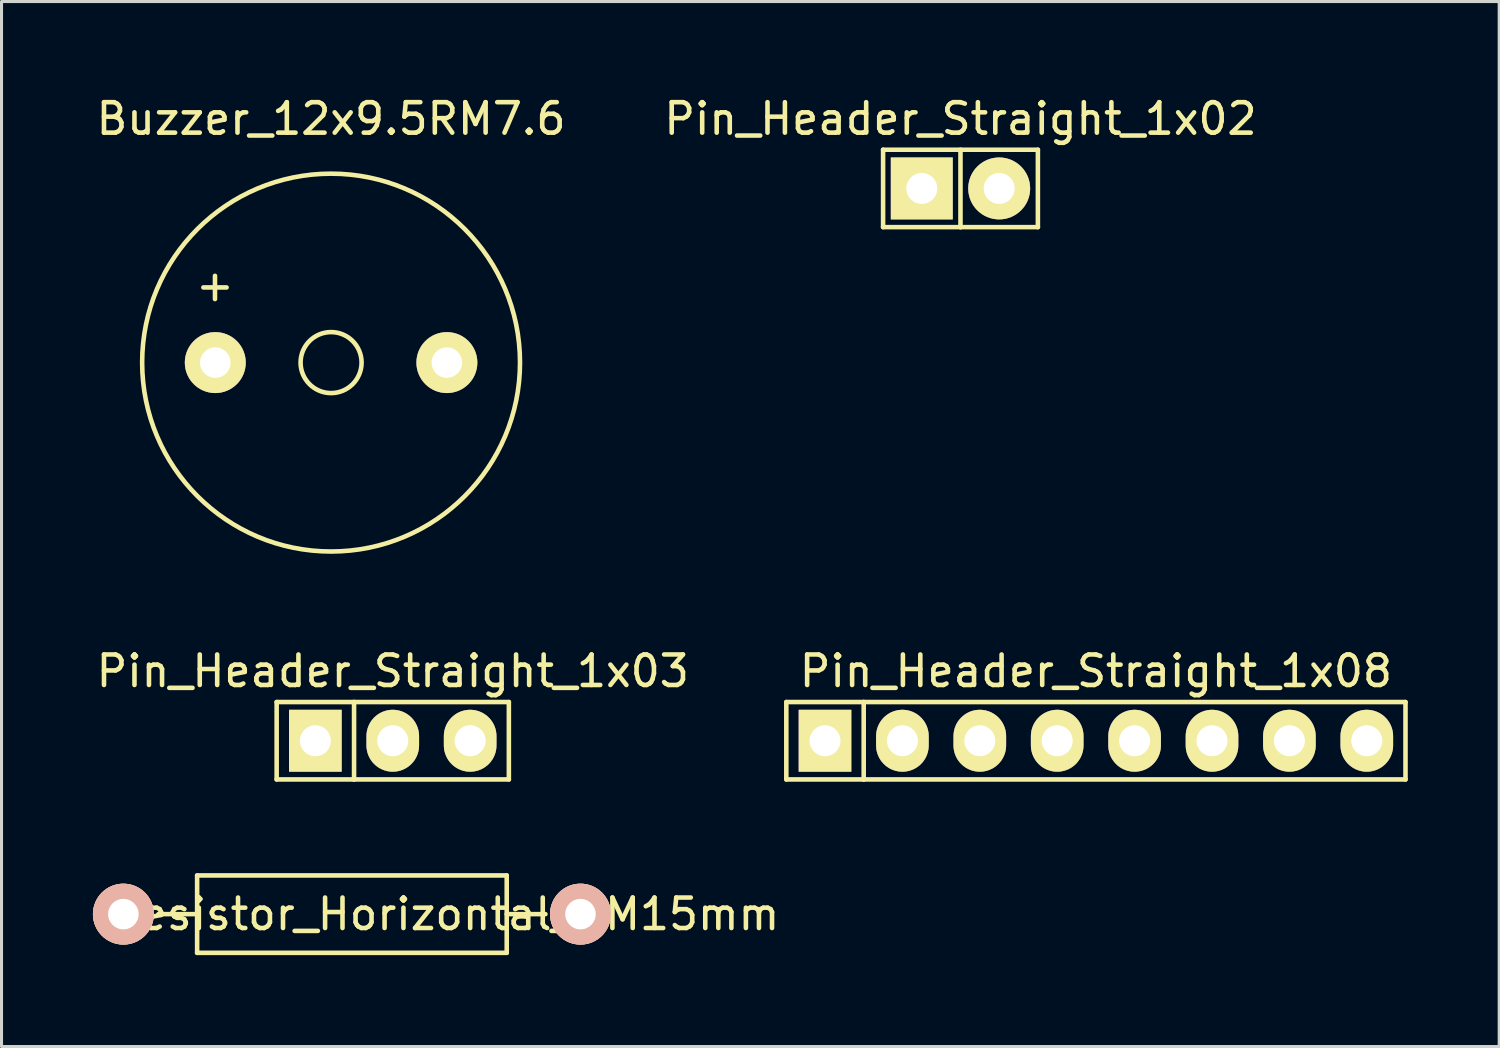
<source format=kicad_pcb>
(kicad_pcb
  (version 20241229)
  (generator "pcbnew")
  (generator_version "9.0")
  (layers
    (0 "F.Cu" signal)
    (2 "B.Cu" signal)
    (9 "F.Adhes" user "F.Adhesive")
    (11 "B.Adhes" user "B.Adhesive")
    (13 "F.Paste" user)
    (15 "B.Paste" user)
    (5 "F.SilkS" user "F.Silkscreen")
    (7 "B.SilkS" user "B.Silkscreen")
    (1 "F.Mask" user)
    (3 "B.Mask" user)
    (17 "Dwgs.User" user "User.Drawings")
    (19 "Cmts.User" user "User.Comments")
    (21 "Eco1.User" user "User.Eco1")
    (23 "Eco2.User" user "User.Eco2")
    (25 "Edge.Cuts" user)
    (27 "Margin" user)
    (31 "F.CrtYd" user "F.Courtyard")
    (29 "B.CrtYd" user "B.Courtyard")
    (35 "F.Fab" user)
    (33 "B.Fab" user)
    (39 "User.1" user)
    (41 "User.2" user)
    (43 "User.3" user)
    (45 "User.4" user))
  (footprint "Pin_Header_Straight_1x02"
    (layer "F.Cu")
    (at 28.47 3.134)
    (property "Reference" "Pin_Header_Straight_1x02" (at 0 -2.286 0) (layer "F.SilkS") (effects (font (size 1 1) (thickness 0.15))))
    (attr through_hole)
    (fp_line (start -2.54 -1.27) (end -2.54 1.27) (stroke (width 0.15) (type solid)) (layer "F.SilkS"))
    (fp_line (start -2.54 1.27) (end 0 1.27) (stroke (width 0.15) (type solid)) (layer "F.SilkS"))
    (fp_line (start 0 -1.27) (end 0 1.27) (stroke (width 0.15) (type solid)) (layer "F.SilkS"))
    (fp_line (start 0 1.27) (end 2.54 1.27) (stroke (width 0.15) (type solid)) (layer "F.SilkS"))
    (fp_line (start 2.54 -1.27) (end -2.54 -1.27) (stroke (width 0.15) (type solid)) (layer "F.SilkS"))
    (fp_line (start 2.54 1.27) (end 2.54 -1.27) (stroke (width 0.15) (type solid)) (layer "F.SilkS"))
    (pad "1" thru_hole rect (at -1.27 0) (size 2.032 2.032) (drill 1.016) (layers "*.Cu" "*.Mask" "F.SilkS"))
    (pad "2" thru_hole oval (at 1.27 0) (size 2.032 2.032) (drill 1.016) (layers "*.Cu" "*.Mask" "F.SilkS")))
  (footprint "Pin_Header_Straight_1x08"
    (layer "F.Cu")
    (at 32.914 21.259)
    (property "Reference" "Pin_Header_Straight_1x08" (at 0 -2.286 0) (layer "F.SilkS") (effects (font (size 1 1) (thickness 0.15))))
    (attr through_hole)
    (fp_line (start -10.16 -1.27) (end -10.16 1.27) (stroke (width 0.15) (type solid)) (layer "F.SilkS"))
    (fp_line (start -10.16 -1.27) (end -7.62 -1.27) (stroke (width 0.15) (type solid)) (layer "F.SilkS"))
    (fp_line (start -10.16 1.27) (end -7.62 1.27) (stroke (width 0.15) (type solid)) (layer "F.SilkS"))
    (fp_line (start -7.62 -1.27) (end -7.62 1.27) (stroke (width 0.15) (type solid)) (layer "F.SilkS"))
    (fp_line (start -7.62 -1.27) (end 10.16 -1.27) (stroke (width 0.15) (type solid)) (layer "F.SilkS"))
    (fp_line (start 10.16 -1.27) (end 10.16 1.27) (stroke (width 0.15) (type solid)) (layer "F.SilkS"))
    (fp_line (start 10.16 1.27) (end -7.62 1.27) (stroke (width 0.15) (type solid)) (layer "F.SilkS"))
    (pad "1" thru_hole rect (at -8.89 0) (size 1.727 2.032) (drill 1.016) (layers "*.Cu" "*.Mask" "F.SilkS"))
    (pad "2" thru_hole oval (at -6.35 0) (size 1.727 2.032) (drill 1.016) (layers "*.Cu" "*.Mask" "F.SilkS"))
    (pad "3" thru_hole oval (at -3.81 0) (size 1.727 2.032) (drill 1.016) (layers "*.Cu" "*.Mask" "F.SilkS"))
    (pad "4" thru_hole oval (at -1.27 0) (size 1.727 2.032) (drill 1.016) (layers "*.Cu" "*.Mask" "F.SilkS"))
    (pad "5" thru_hole oval (at 1.27 0) (size 1.727 2.032) (drill 1.016) (layers "*.Cu" "*.Mask" "F.SilkS"))
    (pad "6" thru_hole oval (at 3.81 0) (size 1.727 2.032) (drill 1.016) (layers "*.Cu" "*.Mask" "F.SilkS"))
    (pad "7" thru_hole oval (at 6.35 0) (size 1.727 2.032) (drill 1.016) (layers "*.Cu" "*.Mask" "F.SilkS"))
    (pad "8" thru_hole oval (at 8.89 0) (size 1.727 2.032) (drill 1.016) (layers "*.Cu" "*.Mask" "F.SilkS")))
  (footprint "Pin_Header_Straight_1x03"
    (layer "F.Cu")
    (at 9.839 21.259)
    (property "Reference" "Pin_Header_Straight_1x03" (at 0 -2.286 0) (layer "F.SilkS") (effects (font (size 1 1) (thickness 0.15))))
    (attr through_hole)
    (fp_line (start -3.81 -1.27) (end -3.81 1.27) (stroke (width 0.15) (type solid)) (layer "F.SilkS"))
    (fp_line (start -3.81 -1.27) (end -1.27 -1.27) (stroke (width 0.15) (type solid)) (layer "F.SilkS"))
    (fp_line (start -3.81 1.27) (end -1.27 1.27) (stroke (width 0.15) (type solid)) (layer "F.SilkS"))
    (fp_line (start -1.27 -1.27) (end -1.27 1.27) (stroke (width 0.15) (type solid)) (layer "F.SilkS"))
    (fp_line (start -1.27 1.27) (end 3.81 1.27) (stroke (width 0.15) (type solid)) (layer "F.SilkS"))
    (fp_line (start 3.81 -1.27) (end -1.27 -1.27) (stroke (width 0.15) (type solid)) (layer "F.SilkS"))
    (fp_line (start 3.81 1.27) (end 3.81 -1.27) (stroke (width 0.15) (type solid)) (layer "F.SilkS"))
    (pad "1" thru_hole rect (at -2.54 0) (size 1.727 2.032) (drill 1.016) (layers "*.Cu" "*.Mask" "F.SilkS"))
    (pad "2" thru_hole oval (at 0 0) (size 1.727 2.032) (drill 1.016) (layers "*.Cu" "*.Mask" "F.SilkS"))
    (pad "3" thru_hole oval (at 2.54 0) (size 1.727 2.032) (drill 1.016) (layers "*.Cu" "*.Mask" "F.SilkS")))
  (footprint "Resistor_Horizontal_RM15mm"
    (layer "F.Cu")
    (at 8.499 26.949)
    (property "Reference" "Resistor_Horizontal_RM15mm" (at 3.048 0 0) (layer "F.SilkS") (effects (font (size 1 1) (thickness 0.15))))
    (attr through_hole)
    (fp_line (start -6.35 0) (end -5.08 0) (stroke (width 0.15) (type solid)) (layer "F.SilkS"))
    (fp_line (start -5.08 -1.27) (end -5.08 1.27) (stroke (width 0.15) (type solid)) (layer "F.SilkS"))
    (fp_line (start -5.08 1.27) (end 5.08 1.27) (stroke (width 0.15) (type solid)) (layer "F.SilkS"))
    (fp_line (start 5.08 -1.27) (end -5.08 -1.27) (stroke (width 0.15) (type solid)) (layer "F.SilkS"))
    (fp_line (start 5.08 1.27) (end 5.08 -1.27) (stroke (width 0.15) (type solid)) (layer "F.SilkS"))
    (fp_line (start 6.35 0) (end 5.08 0) (stroke (width 0.15) (type solid)) (layer "F.SilkS"))
    (pad "1" thru_hole circle (at -7.5 0) (size 1.999 1.999) (drill 1.001) (layers "*.Cu" "*.SilkS" "*.Mask"))
    (pad "2" thru_hole circle (at 7.5 0) (size 1.999 1.999) (drill 1.001) (layers "*.Cu" "*.SilkS" "*.Mask")))
  (footprint "Buzzer_12x9.5RM7.6"
    (layer "F.Cu")
    (at 7.815 8.849)
    (property "Reference" "Buzzer_12x9.5RM7.6" (at 0 -8.001 0) (layer "F.SilkS") (effects (font (size 1 1) (thickness 0.15))))
    (attr through_hole)
    (fp_circle (center 0 0) (end 1.001 0) (stroke (width 0.15) (type solid)) (fill no) (layer "F.SilkS"))
    (fp_circle (center 0 0) (end 6.2 0) (stroke (width 0.15) (type solid)) (fill no) (layer "F.SilkS"))
    (fp_text user "+" (at -3.81 -2.54 0) (layer "F.SilkS") (effects (font (size 1 1) (thickness 0.15))))
    (pad "1" thru_hole circle (at -3.8 0) (size 2 2) (drill 1.001) (layers "*.Cu" "*.Mask" "F.SilkS"))
    (pad "2" thru_hole circle (at 3.8 0) (size 2 2) (drill 1.001) (layers "*.Cu" "*.Mask" "F.SilkS")))
  (gr_rect
    (start -3 -3)
    (end 46.149 31.294)
    (stroke (width 0.1) (type default))
    (fill no)
    (layer "Edge.Cuts")))
</source>
